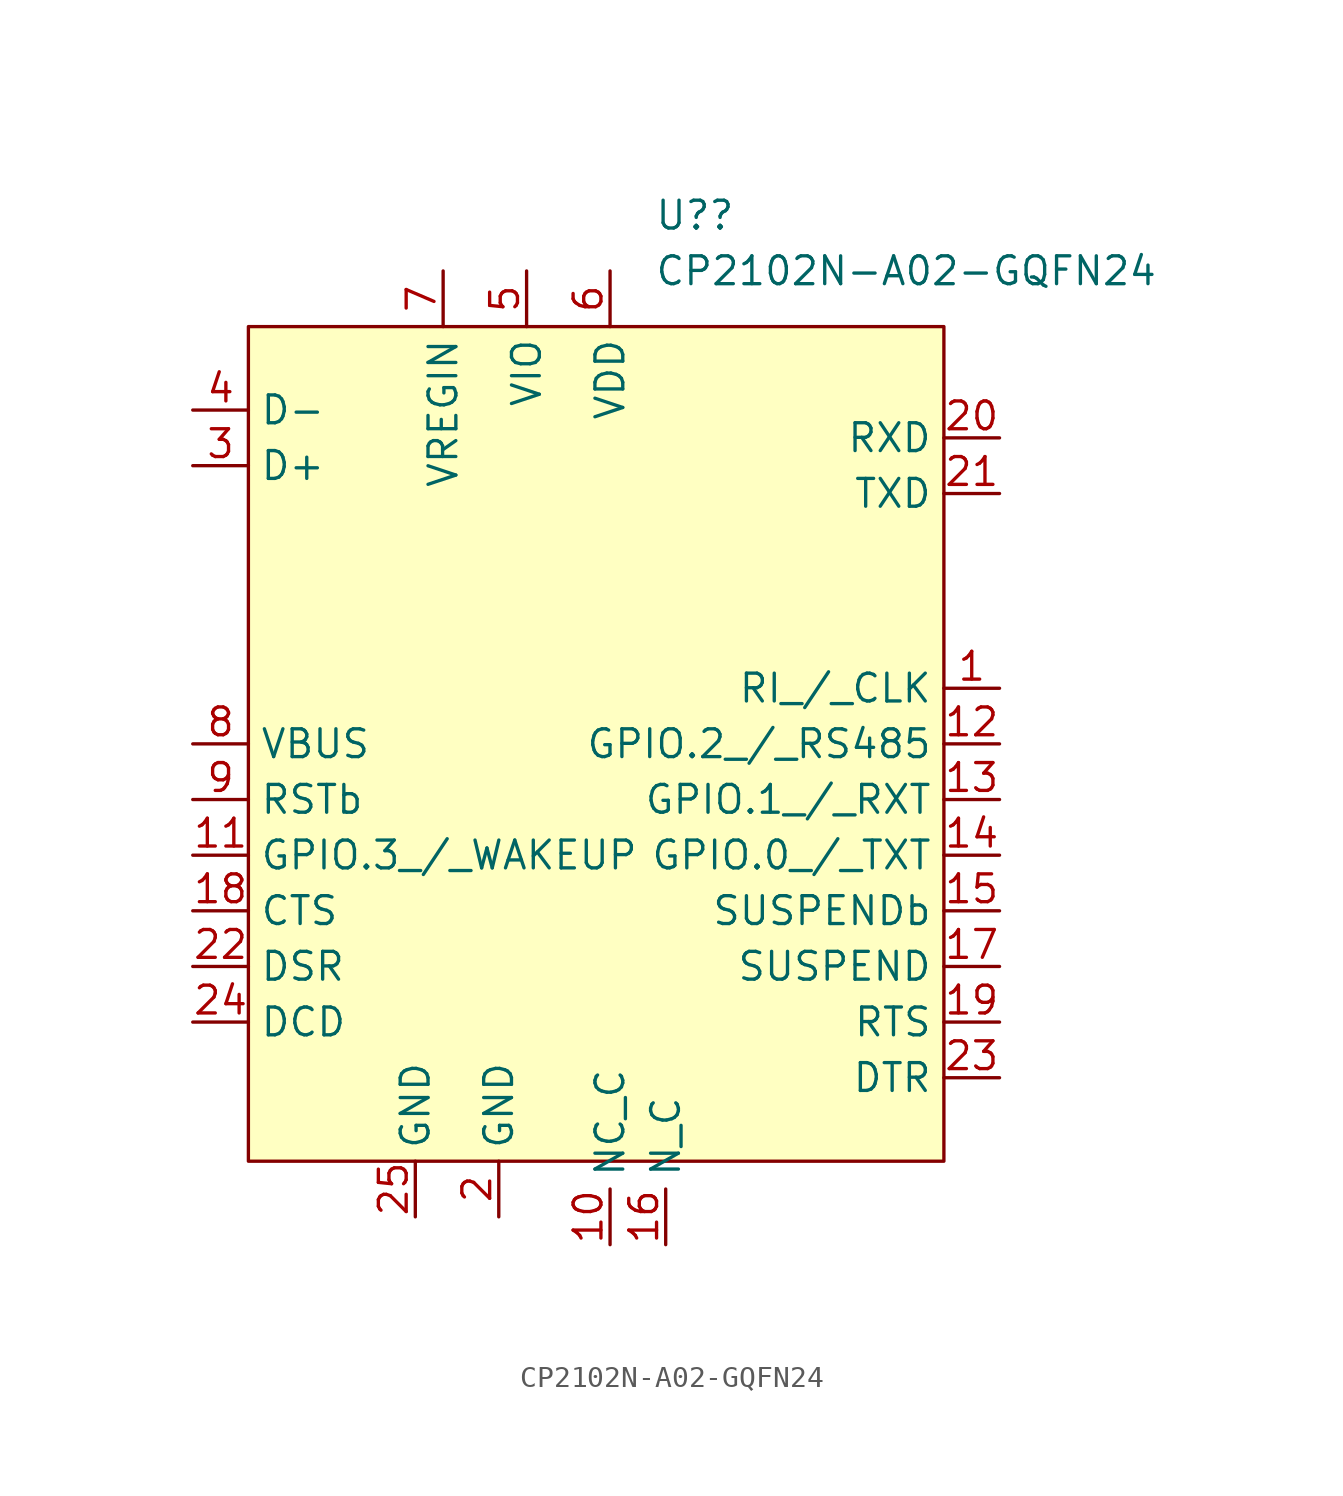
<source format=kicad_sym>
(kicad_symbol_lib
  (version 20211014)
  (generator kicad_symbol_editor)
  (symbol "CP2102N-A02-GQFN24"
    (property "Reference" "U?"
      (at -6.871 26.67 0)
      (effects (font (size 1.27 1.27)) (justify left)))
    (property "Value" "CP2102N-A02-GQFN24"
      (at -6.871 24.13 0)
      (effects (font (size 1.27 1.27)) (justify left)))
    (symbol "CP2102N-A02-GQFN24_0_1"
      (rectangle (start -25.4 21.59) (end 6.35 -16.51) (stroke (width 0) (type default) (color 0 0 0 0)) (fill (type background))))
    (symbol "CP2102N-A02-GQFN24_1_1"
      (pin output line (at 8.89 5.08 180) (length 2.54) (name "RI_/_CLK" (effects (font (size 1.27 1.27)))) (number "1" (effects (font (size 1.27 1.27)))))
      (pin power_out line (at -8.89 -20.32 90) (length 2.54) (name "NC_C" (effects (font (size 1.27 1.27)))) (number "10" (effects (font (size 1.27 1.27)))))
      (pin input line (at -27.94 -2.54 0) (length 2.54) (name "GPIO.3_/_WAKEUP" (effects (font (size 1.27 1.27)))) (number "11" (effects (font (size 1.27 1.27)))))
      (pin output line (at 8.89 2.54 180) (length 2.54) (name "GPIO.2_/_RS485" (effects (font (size 1.27 1.27)))) (number "12" (effects (font (size 1.27 1.27)))))
      (pin output line (at 8.89 0 180) (length 2.54) (name "GPIO.1_/_RXT" (effects (font (size 1.27 1.27)))) (number "13" (effects (font (size 1.27 1.27)))))
      (pin output line (at 8.89 -2.54 180) (length 2.54) (name "GPIO.0_/_TXT" (effects (font (size 1.27 1.27)))) (number "14" (effects (font (size 1.27 1.27)))))
      (pin output line (at 8.89 -5.08 180) (length 2.54) (name "SUSPENDb" (effects (font (size 1.27 1.27)))) (number "15" (effects (font (size 1.27 1.27)))))
      (pin power_out line (at -6.35 -20.32 90) (length 2.54) (name "N_C" (effects (font (size 1.27 1.27)))) (number "16" (effects (font (size 1.27 1.27)))))
      (pin output line (at 8.89 -7.62 180) (length 2.54) (name "SUSPEND" (effects (font (size 1.27 1.27)))) (number "17" (effects (font (size 1.27 1.27)))))
      (pin input line (at -27.94 -5.08 0) (length 2.54) (name "CTS" (effects (font (size 1.27 1.27)))) (number "18" (effects (font (size 1.27 1.27)))))
      (pin output line (at 8.89 -10.16 180) (length 2.54) (name "RTS" (effects (font (size 1.27 1.27)))) (number "19" (effects (font (size 1.27 1.27)))))
      (pin power_out line (at -13.97 -19.05 90) (length 2.54) (name "GND" (effects (font (size 1.27 1.27)))) (number "2" (effects (font (size 1.27 1.27)))))
      (pin output line (at 8.89 16.51 180) (length 2.54) (name "RXD" (effects (font (size 1.27 1.27)))) (number "20" (effects (font (size 1.27 1.27)))))
      (pin output line (at 8.89 13.97 180) (length 2.54) (name "TXD" (effects (font (size 1.27 1.27)))) (number "21" (effects (font (size 1.27 1.27)))))
      (pin input line (at -27.94 -7.62 0) (length 2.54) (name "DSR" (effects (font (size 1.27 1.27)))) (number "22" (effects (font (size 1.27 1.27)))))
      (pin output line (at 8.89 -12.7 180) (length 2.54) (name "DTR" (effects (font (size 1.27 1.27)))) (number "23" (effects (font (size 1.27 1.27)))))
      (pin input line (at -27.94 -10.16 0) (length 2.54) (name "DCD" (effects (font (size 1.27 1.27)))) (number "24" (effects (font (size 1.27 1.27)))))
      (pin power_out line (at -17.78 -19.05 90) (length 2.54) (name "GND" (effects (font (size 1.27 1.27)))) (number "25" (effects (font (size 1.27 1.27)))))
      (pin input line (at -27.94 15.24 0) (length 2.54) (name "D+" (effects (font (size 1.27 1.27)))) (number "3" (effects (font (size 1.27 1.27)))))
      (pin input line (at -27.94 17.78 0) (length 2.54) (name "D-" (effects (font (size 1.27 1.27)))) (number "4" (effects (font (size 1.27 1.27)))))
      (pin power_in line (at -12.7 24.13 270) (length 2.54) (name "VIO" (effects (font (size 1.27 1.27)))) (number "5" (effects (font (size 1.27 1.27)))))
      (pin power_in line (at -8.89 24.13 270) (length 2.54) (name "VDD" (effects (font (size 1.27 1.27)))) (number "6" (effects (font (size 1.27 1.27)))))
      (pin power_in line (at -16.51 24.13 270) (length 2.54) (name "VREGIN" (effects (font (size 1.27 1.27)))) (number "7" (effects (font (size 1.27 1.27)))))
      (pin input line (at -27.94 2.54 0) (length 2.54) (name "VBUS" (effects (font (size 1.27 1.27)))) (number "8" (effects (font (size 1.27 1.27)))))
      (pin input line (at -27.94 0 0) (length 2.54) (name "RSTb" (effects (font (size 1.27 1.27)))) (number "9" (effects (font (size 1.27 1.27))))))))
</source>
